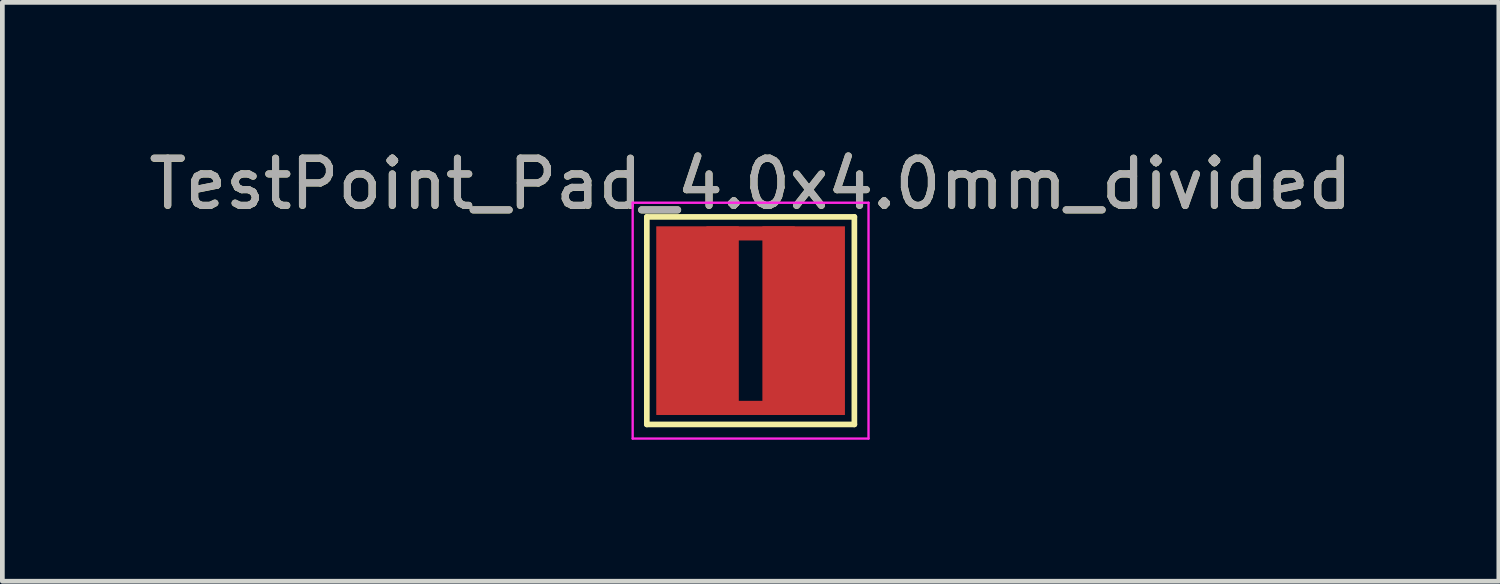
<source format=kicad_pcb>
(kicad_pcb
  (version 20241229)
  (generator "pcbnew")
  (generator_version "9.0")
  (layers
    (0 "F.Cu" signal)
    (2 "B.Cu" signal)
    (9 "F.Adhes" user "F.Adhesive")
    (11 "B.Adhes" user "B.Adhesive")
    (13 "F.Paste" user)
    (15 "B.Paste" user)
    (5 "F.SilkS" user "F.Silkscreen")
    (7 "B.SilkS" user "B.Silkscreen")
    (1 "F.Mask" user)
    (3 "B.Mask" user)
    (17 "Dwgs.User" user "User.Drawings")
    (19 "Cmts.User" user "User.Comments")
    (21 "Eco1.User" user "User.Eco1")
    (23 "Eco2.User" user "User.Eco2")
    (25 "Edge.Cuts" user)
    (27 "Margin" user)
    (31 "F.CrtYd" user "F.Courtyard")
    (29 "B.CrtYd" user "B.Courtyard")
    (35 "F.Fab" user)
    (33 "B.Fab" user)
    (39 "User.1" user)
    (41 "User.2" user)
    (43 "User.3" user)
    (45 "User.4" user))
  (footprint "TestPoint_Pad_4.0x4.0mm_divided"
    (layer "F.Cu")
    (at 12.863 3.748)
    (property "Reference" "TestPoint_Pad_4.0x4.0mm_divided" (at 0 -2.898 0) (layer "F.SilkS") (effects (font (size 1 1) (thickness 0.15))))
    (attr exclude_from_pos_files exclude_from_bom)
    (fp_line (start -2.2 -2.2) (end 2.2 -2.2) (stroke (width 0.12) (type solid)) (layer "F.SilkS"))
    (fp_line (start -2.2 2.2) (end -2.2 -2.2) (stroke (width 0.12) (type solid)) (layer "F.SilkS"))
    (fp_line (start 2.2 -2.2) (end 2.2 2.2) (stroke (width 0.12) (type solid)) (layer "F.SilkS"))
    (fp_line (start 2.2 2.2) (end -2.2 2.2) (stroke (width 0.12) (type solid)) (layer "F.SilkS"))
    (fp_line (start -2.5 -2.5) (end -2.5 2.5) (stroke (width 0.05) (type solid)) (layer "F.CrtYd"))
    (fp_line (start -2.5 -2.5) (end 2.5 -2.5) (stroke (width 0.05) (type solid)) (layer "F.CrtYd"))
    (fp_line (start 2.5 2.5) (end -2.5 2.5) (stroke (width 0.05) (type solid)) (layer "F.CrtYd"))
    (fp_line (start 2.5 2.5) (end 2.5 -2.5) (stroke (width 0.05) (type solid)) (layer "F.CrtYd"))
    (fp_text user "${REFERENCE}" (at 0 -2.9 0) (layer "F.Fab") (effects (font (size 1 1) (thickness 0.15))))
    (pad "1" smd rect (at -1.125 0) (size 1.75 4) (layers "F.Cu" "F.Mask"))
    (pad "1" smd rect (at 0 -1.85) (size 1.875 0.3) (layers "F.Cu" "F.Mask"))
    (pad "1" smd rect (at 0.037 1.85) (size 1.875 0.3) (layers "F.Cu" "F.Mask"))
    (pad "1" smd rect (at 1.125 0) (size 1.75 4) (layers "F.Cu" "F.Mask")))
  (gr_rect
    (start -3 -3)
    (end 28.726 9.273)
    (stroke (width 0.1) (type default))
    (fill no)
    (layer "Edge.Cuts")))
</source>
